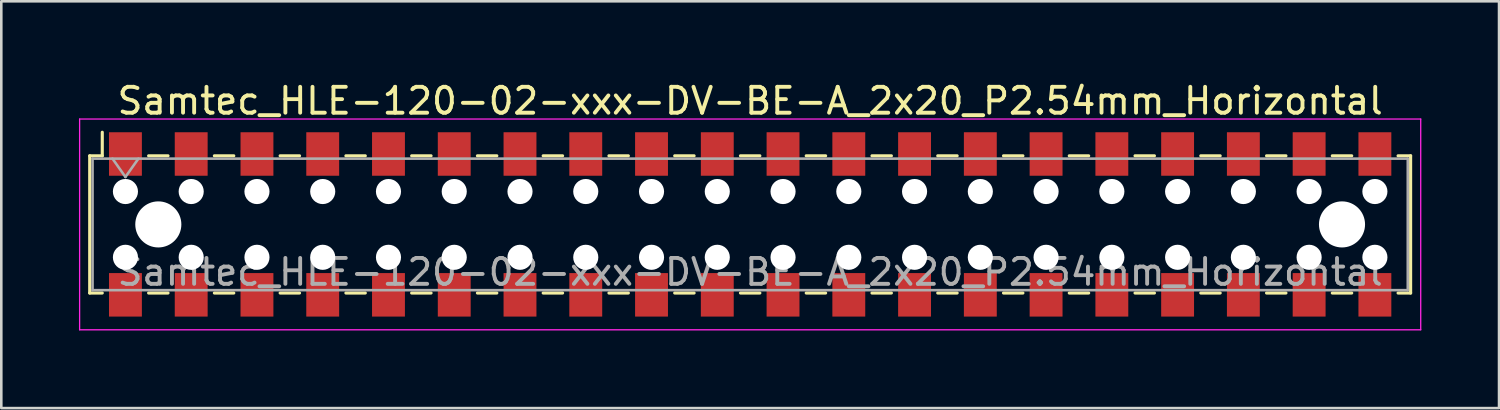
<source format=kicad_pcb>
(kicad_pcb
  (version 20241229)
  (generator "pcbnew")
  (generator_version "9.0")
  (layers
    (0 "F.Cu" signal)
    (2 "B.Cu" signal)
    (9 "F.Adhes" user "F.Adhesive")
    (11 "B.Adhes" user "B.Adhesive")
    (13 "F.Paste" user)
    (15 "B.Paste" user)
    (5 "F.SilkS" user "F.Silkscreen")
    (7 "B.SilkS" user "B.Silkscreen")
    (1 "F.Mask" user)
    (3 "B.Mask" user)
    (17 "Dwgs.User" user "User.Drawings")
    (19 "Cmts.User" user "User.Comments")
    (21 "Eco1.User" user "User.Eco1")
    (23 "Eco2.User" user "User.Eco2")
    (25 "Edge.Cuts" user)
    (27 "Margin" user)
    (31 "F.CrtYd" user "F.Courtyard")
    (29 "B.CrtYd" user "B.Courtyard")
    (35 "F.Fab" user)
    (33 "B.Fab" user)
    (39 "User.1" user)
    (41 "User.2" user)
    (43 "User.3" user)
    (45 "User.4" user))
  (footprint "Samtec_HLE-120-02-xxx-DV-BE-A_2x20_P2.54mm_Horizontal"
    (layer "F.Cu")
    (at 25.925 5.618)
    (property "Reference" "Samtec_HLE-120-02-xxx-DV-BE-A_2x20_P2.54mm_Horizontal" (at 0 -4.77 0) (layer "F.SilkS") (effects (font (size 1 1) (thickness 0.15))))
    (attr smd)
    (fp_line (start -25.51 -2.65) (end -25.51 2.65) (stroke (width 0.12) (type solid)) (layer "F.SilkS"))
    (fp_line (start -25.51 2.65) (end -25.025 2.65) (stroke (width 0.12) (type solid)) (layer "F.SilkS"))
    (fp_line (start -25.025 -3.56) (end -25.025 -2.65) (stroke (width 0.12) (type solid)) (layer "F.SilkS"))
    (fp_line (start -25.025 -2.65) (end -25.51 -2.65) (stroke (width 0.12) (type solid)) (layer "F.SilkS"))
    (fp_line (start -23.235 -2.65) (end -22.485 -2.65) (stroke (width 0.12) (type solid)) (layer "F.SilkS"))
    (fp_line (start -23.235 2.65) (end -22.485 2.65) (stroke (width 0.12) (type solid)) (layer "F.SilkS"))
    (fp_line (start -20.695 -2.65) (end -19.945 -2.65) (stroke (width 0.12) (type solid)) (layer "F.SilkS"))
    (fp_line (start -20.695 2.65) (end -19.945 2.65) (stroke (width 0.12) (type solid)) (layer "F.SilkS"))
    (fp_line (start -18.155 -2.65) (end -17.405 -2.65) (stroke (width 0.12) (type solid)) (layer "F.SilkS"))
    (fp_line (start -18.155 2.65) (end -17.405 2.65) (stroke (width 0.12) (type solid)) (layer "F.SilkS"))
    (fp_line (start -15.615 -2.65) (end -14.865 -2.65) (stroke (width 0.12) (type solid)) (layer "F.SilkS"))
    (fp_line (start -15.615 2.65) (end -14.865 2.65) (stroke (width 0.12) (type solid)) (layer "F.SilkS"))
    (fp_line (start -13.075 -2.65) (end -12.325 -2.65) (stroke (width 0.12) (type solid)) (layer "F.SilkS"))
    (fp_line (start -13.075 2.65) (end -12.325 2.65) (stroke (width 0.12) (type solid)) (layer "F.SilkS"))
    (fp_line (start -10.535 -2.65) (end -9.785 -2.65) (stroke (width 0.12) (type solid)) (layer "F.SilkS"))
    (fp_line (start -10.535 2.65) (end -9.785 2.65) (stroke (width 0.12) (type solid)) (layer "F.SilkS"))
    (fp_line (start -7.995 -2.65) (end -7.245 -2.65) (stroke (width 0.12) (type solid)) (layer "F.SilkS"))
    (fp_line (start -7.995 2.65) (end -7.245 2.65) (stroke (width 0.12) (type solid)) (layer "F.SilkS"))
    (fp_line (start -5.455 -2.65) (end -4.705 -2.65) (stroke (width 0.12) (type solid)) (layer "F.SilkS"))
    (fp_line (start -5.455 2.65) (end -4.705 2.65) (stroke (width 0.12) (type solid)) (layer "F.SilkS"))
    (fp_line (start -2.915 -2.65) (end -2.165 -2.65) (stroke (width 0.12) (type solid)) (layer "F.SilkS"))
    (fp_line (start -2.915 2.65) (end -2.165 2.65) (stroke (width 0.12) (type solid)) (layer "F.SilkS"))
    (fp_line (start -0.375 -2.65) (end 0.375 -2.65) (stroke (width 0.12) (type solid)) (layer "F.SilkS"))
    (fp_line (start -0.375 2.65) (end 0.375 2.65) (stroke (width 0.12) (type solid)) (layer "F.SilkS"))
    (fp_line (start 2.165 -2.65) (end 2.915 -2.65) (stroke (width 0.12) (type solid)) (layer "F.SilkS"))
    (fp_line (start 2.165 2.65) (end 2.915 2.65) (stroke (width 0.12) (type solid)) (layer "F.SilkS"))
    (fp_line (start 4.705 -2.65) (end 5.455 -2.65) (stroke (width 0.12) (type solid)) (layer "F.SilkS"))
    (fp_line (start 4.705 2.65) (end 5.455 2.65) (stroke (width 0.12) (type solid)) (layer "F.SilkS"))
    (fp_line (start 7.245 -2.65) (end 7.995 -2.65) (stroke (width 0.12) (type solid)) (layer "F.SilkS"))
    (fp_line (start 7.245 2.65) (end 7.995 2.65) (stroke (width 0.12) (type solid)) (layer "F.SilkS"))
    (fp_line (start 9.785 -2.65) (end 10.535 -2.65) (stroke (width 0.12) (type solid)) (layer "F.SilkS"))
    (fp_line (start 9.785 2.65) (end 10.535 2.65) (stroke (width 0.12) (type solid)) (layer "F.SilkS"))
    (fp_line (start 12.325 -2.65) (end 13.075 -2.65) (stroke (width 0.12) (type solid)) (layer "F.SilkS"))
    (fp_line (start 12.325 2.65) (end 13.075 2.65) (stroke (width 0.12) (type solid)) (layer "F.SilkS"))
    (fp_line (start 14.865 -2.65) (end 15.615 -2.65) (stroke (width 0.12) (type solid)) (layer "F.SilkS"))
    (fp_line (start 14.865 2.65) (end 15.615 2.65) (stroke (width 0.12) (type solid)) (layer "F.SilkS"))
    (fp_line (start 17.405 -2.65) (end 18.155 -2.65) (stroke (width 0.12) (type solid)) (layer "F.SilkS"))
    (fp_line (start 17.405 2.65) (end 18.155 2.65) (stroke (width 0.12) (type solid)) (layer "F.SilkS"))
    (fp_line (start 19.945 -2.65) (end 20.695 -2.65) (stroke (width 0.12) (type solid)) (layer "F.SilkS"))
    (fp_line (start 19.945 2.65) (end 20.695 2.65) (stroke (width 0.12) (type solid)) (layer "F.SilkS"))
    (fp_line (start 22.485 -2.65) (end 23.235 -2.65) (stroke (width 0.12) (type solid)) (layer "F.SilkS"))
    (fp_line (start 22.485 2.65) (end 23.235 2.65) (stroke (width 0.12) (type solid)) (layer "F.SilkS"))
    (fp_line (start 25.025 -2.65) (end 25.51 -2.65) (stroke (width 0.12) (type solid)) (layer "F.SilkS"))
    (fp_line (start 25.51 -2.65) (end 25.51 2.65) (stroke (width 0.12) (type solid)) (layer "F.SilkS"))
    (fp_line (start 25.51 2.65) (end 25.025 2.65) (stroke (width 0.12) (type solid)) (layer "F.SilkS"))
    (fp_line (start -25.9 -4.07) (end 25.9 -4.07) (stroke (width 0.05) (type solid)) (layer "F.CrtYd"))
    (fp_line (start -25.9 4.07) (end -25.9 -4.07) (stroke (width 0.05) (type solid)) (layer "F.CrtYd"))
    (fp_line (start 25.9 -4.07) (end 25.9 4.07) (stroke (width 0.05) (type solid)) (layer "F.CrtYd"))
    (fp_line (start 25.9 4.07) (end -25.9 4.07) (stroke (width 0.05) (type solid)) (layer "F.CrtYd"))
    (fp_line (start -25.4 -2.54) (end 25.4 -2.54) (stroke (width 0.1) (type solid)) (layer "F.Fab"))
    (fp_line (start -25.4 2.54) (end -25.4 -2.54) (stroke (width 0.1) (type solid)) (layer "F.Fab"))
    (fp_line (start -24.63 -2.54) (end -24.13 -1.833) (stroke (width 0.1) (type solid)) (layer "F.Fab"))
    (fp_line (start -24.13 -1.833) (end -23.63 -2.54) (stroke (width 0.1) (type solid)) (layer "F.Fab"))
    (fp_line (start 25.4 -2.54) (end 25.4 2.54) (stroke (width 0.1) (type solid)) (layer "F.Fab"))
    (fp_line (start 25.4 2.54) (end -25.4 2.54) (stroke (width 0.1) (type solid)) (layer "F.Fab"))
    (fp_text user "${REFERENCE}" (at 0 1.84 0) (layer "F.Fab") (effects (font (size 1 1) (thickness 0.15))))
    (pad "" np_thru_hole circle (at -24.13 -1.27) (size 0.97 0.97) (drill 0.97) (layers "*.Cu" "*.Mask"))
    (pad "" np_thru_hole circle (at -24.13 1.27) (size 0.97 0.97) (drill 0.97) (layers "*.Cu" "*.Mask"))
    (pad "" np_thru_hole circle (at -22.86 0) (size 1.78 1.78) (drill 1.78) (layers "*.Cu" "*.Mask"))
    (pad "" np_thru_hole circle (at -21.59 -1.27) (size 0.97 0.97) (drill 0.97) (layers "*.Cu" "*.Mask"))
    (pad "" np_thru_hole circle (at -21.59 1.27) (size 0.97 0.97) (drill 0.97) (layers "*.Cu" "*.Mask"))
    (pad "" np_thru_hole circle (at -19.05 -1.27) (size 0.97 0.97) (drill 0.97) (layers "*.Cu" "*.Mask"))
    (pad "" np_thru_hole circle (at -19.05 1.27) (size 0.97 0.97) (drill 0.97) (layers "*.Cu" "*.Mask"))
    (pad "" np_thru_hole circle (at -16.51 -1.27) (size 0.97 0.97) (drill 0.97) (layers "*.Cu" "*.Mask"))
    (pad "" np_thru_hole circle (at -16.51 1.27) (size 0.97 0.97) (drill 0.97) (layers "*.Cu" "*.Mask"))
    (pad "" np_thru_hole circle (at -13.97 -1.27) (size 0.97 0.97) (drill 0.97) (layers "*.Cu" "*.Mask"))
    (pad "" np_thru_hole circle (at -13.97 1.27) (size 0.97 0.97) (drill 0.97) (layers "*.Cu" "*.Mask"))
    (pad "" np_thru_hole circle (at -11.43 -1.27) (size 0.97 0.97) (drill 0.97) (layers "*.Cu" "*.Mask"))
    (pad "" np_thru_hole circle (at -11.43 1.27) (size 0.97 0.97) (drill 0.97) (layers "*.Cu" "*.Mask"))
    (pad "" np_thru_hole circle (at -8.89 -1.27) (size 0.97 0.97) (drill 0.97) (layers "*.Cu" "*.Mask"))
    (pad "" np_thru_hole circle (at -8.89 1.27) (size 0.97 0.97) (drill 0.97) (layers "*.Cu" "*.Mask"))
    (pad "" np_thru_hole circle (at -6.35 -1.27) (size 0.97 0.97) (drill 0.97) (layers "*.Cu" "*.Mask"))
    (pad "" np_thru_hole circle (at -6.35 1.27) (size 0.97 0.97) (drill 0.97) (layers "*.Cu" "*.Mask"))
    (pad "" np_thru_hole circle (at -3.81 -1.27) (size 0.97 0.97) (drill 0.97) (layers "*.Cu" "*.Mask"))
    (pad "" np_thru_hole circle (at -3.81 1.27) (size 0.97 0.97) (drill 0.97) (layers "*.Cu" "*.Mask"))
    (pad "" np_thru_hole circle (at -1.27 -1.27) (size 0.97 0.97) (drill 0.97) (layers "*.Cu" "*.Mask"))
    (pad "" np_thru_hole circle (at -1.27 1.27) (size 0.97 0.97) (drill 0.97) (layers "*.Cu" "*.Mask"))
    (pad "" np_thru_hole circle (at 1.27 -1.27) (size 0.97 0.97) (drill 0.97) (layers "*.Cu" "*.Mask"))
    (pad "" np_thru_hole circle (at 1.27 1.27) (size 0.97 0.97) (drill 0.97) (layers "*.Cu" "*.Mask"))
    (pad "" np_thru_hole circle (at 3.81 -1.27) (size 0.97 0.97) (drill 0.97) (layers "*.Cu" "*.Mask"))
    (pad "" np_thru_hole circle (at 3.81 1.27) (size 0.97 0.97) (drill 0.97) (layers "*.Cu" "*.Mask"))
    (pad "" np_thru_hole circle (at 6.35 -1.27) (size 0.97 0.97) (drill 0.97) (layers "*.Cu" "*.Mask"))
    (pad "" np_thru_hole circle (at 6.35 1.27) (size 0.97 0.97) (drill 0.97) (layers "*.Cu" "*.Mask"))
    (pad "" np_thru_hole circle (at 8.89 -1.27) (size 0.97 0.97) (drill 0.97) (layers "*.Cu" "*.Mask"))
    (pad "" np_thru_hole circle (at 8.89 1.27) (size 0.97 0.97) (drill 0.97) (layers "*.Cu" "*.Mask"))
    (pad "" np_thru_hole circle (at 11.43 -1.27) (size 0.97 0.97) (drill 0.97) (layers "*.Cu" "*.Mask"))
    (pad "" np_thru_hole circle (at 11.43 1.27) (size 0.97 0.97) (drill 0.97) (layers "*.Cu" "*.Mask"))
    (pad "" np_thru_hole circle (at 13.97 -1.27) (size 0.97 0.97) (drill 0.97) (layers "*.Cu" "*.Mask"))
    (pad "" np_thru_hole circle (at 13.97 1.27) (size 0.97 0.97) (drill 0.97) (layers "*.Cu" "*.Mask"))
    (pad "" np_thru_hole circle (at 16.51 -1.27) (size 0.97 0.97) (drill 0.97) (layers "*.Cu" "*.Mask"))
    (pad "" np_thru_hole circle (at 16.51 1.27) (size 0.97 0.97) (drill 0.97) (layers "*.Cu" "*.Mask"))
    (pad "" np_thru_hole circle (at 19.05 -1.27) (size 0.97 0.97) (drill 0.97) (layers "*.Cu" "*.Mask"))
    (pad "" np_thru_hole circle (at 19.05 1.27) (size 0.97 0.97) (drill 0.97) (layers "*.Cu" "*.Mask"))
    (pad "" np_thru_hole circle (at 21.59 -1.27) (size 0.97 0.97) (drill 0.97) (layers "*.Cu" "*.Mask"))
    (pad "" np_thru_hole circle (at 21.59 1.27) (size 0.97 0.97) (drill 0.97) (layers "*.Cu" "*.Mask"))
    (pad "" np_thru_hole circle (at 22.86 0) (size 1.78 1.78) (drill 1.78) (layers "*.Cu" "*.Mask"))
    (pad "" np_thru_hole circle (at 24.13 -1.27) (size 0.97 0.97) (drill 0.97) (layers "*.Cu" "*.Mask"))
    (pad "" np_thru_hole circle (at 24.13 1.27) (size 0.97 0.97) (drill 0.97) (layers "*.Cu" "*.Mask"))
    (pad "1" smd rect (at -24.13 -2.72) (size 1.27 1.68) (layers "F.Cu" "F.Mask" "F.Paste"))
    (pad "2" smd rect (at -24.13 2.72) (size 1.27 1.68) (layers "F.Cu" "F.Mask" "F.Paste"))
    (pad "3" smd rect (at -21.59 -2.72) (size 1.27 1.68) (layers "F.Cu" "F.Mask" "F.Paste"))
    (pad "4" smd rect (at -21.59 2.72) (size 1.27 1.68) (layers "F.Cu" "F.Mask" "F.Paste"))
    (pad "5" smd rect (at -19.05 -2.72) (size 1.27 1.68) (layers "F.Cu" "F.Mask" "F.Paste"))
    (pad "6" smd rect (at -19.05 2.72) (size 1.27 1.68) (layers "F.Cu" "F.Mask" "F.Paste"))
    (pad "7" smd rect (at -16.51 -2.72) (size 1.27 1.68) (layers "F.Cu" "F.Mask" "F.Paste"))
    (pad "8" smd rect (at -16.51 2.72) (size 1.27 1.68) (layers "F.Cu" "F.Mask" "F.Paste"))
    (pad "9" smd rect (at -13.97 -2.72) (size 1.27 1.68) (layers "F.Cu" "F.Mask" "F.Paste"))
    (pad "10" smd rect (at -13.97 2.72) (size 1.27 1.68) (layers "F.Cu" "F.Mask" "F.Paste"))
    (pad "11" smd rect (at -11.43 -2.72) (size 1.27 1.68) (layers "F.Cu" "F.Mask" "F.Paste"))
    (pad "12" smd rect (at -11.43 2.72) (size 1.27 1.68) (layers "F.Cu" "F.Mask" "F.Paste"))
    (pad "13" smd rect (at -8.89 -2.72) (size 1.27 1.68) (layers "F.Cu" "F.Mask" "F.Paste"))
    (pad "14" smd rect (at -8.89 2.72) (size 1.27 1.68) (layers "F.Cu" "F.Mask" "F.Paste"))
    (pad "15" smd rect (at -6.35 -2.72) (size 1.27 1.68) (layers "F.Cu" "F.Mask" "F.Paste"))
    (pad "16" smd rect (at -6.35 2.72) (size 1.27 1.68) (layers "F.Cu" "F.Mask" "F.Paste"))
    (pad "17" smd rect (at -3.81 -2.72) (size 1.27 1.68) (layers "F.Cu" "F.Mask" "F.Paste"))
    (pad "18" smd rect (at -3.81 2.72) (size 1.27 1.68) (layers "F.Cu" "F.Mask" "F.Paste"))
    (pad "19" smd rect (at -1.27 -2.72) (size 1.27 1.68) (layers "F.Cu" "F.Mask" "F.Paste"))
    (pad "20" smd rect (at -1.27 2.72) (size 1.27 1.68) (layers "F.Cu" "F.Mask" "F.Paste"))
    (pad "21" smd rect (at 1.27 -2.72) (size 1.27 1.68) (layers "F.Cu" "F.Mask" "F.Paste"))
    (pad "22" smd rect (at 1.27 2.72) (size 1.27 1.68) (layers "F.Cu" "F.Mask" "F.Paste"))
    (pad "23" smd rect (at 3.81 -2.72) (size 1.27 1.68) (layers "F.Cu" "F.Mask" "F.Paste"))
    (pad "24" smd rect (at 3.81 2.72) (size 1.27 1.68) (layers "F.Cu" "F.Mask" "F.Paste"))
    (pad "25" smd rect (at 6.35 -2.72) (size 1.27 1.68) (layers "F.Cu" "F.Mask" "F.Paste"))
    (pad "26" smd rect (at 6.35 2.72) (size 1.27 1.68) (layers "F.Cu" "F.Mask" "F.Paste"))
    (pad "27" smd rect (at 8.89 -2.72) (size 1.27 1.68) (layers "F.Cu" "F.Mask" "F.Paste"))
    (pad "28" smd rect (at 8.89 2.72) (size 1.27 1.68) (layers "F.Cu" "F.Mask" "F.Paste"))
    (pad "29" smd rect (at 11.43 -2.72) (size 1.27 1.68) (layers "F.Cu" "F.Mask" "F.Paste"))
    (pad "30" smd rect (at 11.43 2.72) (size 1.27 1.68) (layers "F.Cu" "F.Mask" "F.Paste"))
    (pad "31" smd rect (at 13.97 -2.72) (size 1.27 1.68) (layers "F.Cu" "F.Mask" "F.Paste"))
    (pad "32" smd rect (at 13.97 2.72) (size 1.27 1.68) (layers "F.Cu" "F.Mask" "F.Paste"))
    (pad "33" smd rect (at 16.51 -2.72) (size 1.27 1.68) (layers "F.Cu" "F.Mask" "F.Paste"))
    (pad "34" smd rect (at 16.51 2.72) (size 1.27 1.68) (layers "F.Cu" "F.Mask" "F.Paste"))
    (pad "35" smd rect (at 19.05 -2.72) (size 1.27 1.68) (layers "F.Cu" "F.Mask" "F.Paste"))
    (pad "36" smd rect (at 19.05 2.72) (size 1.27 1.68) (layers "F.Cu" "F.Mask" "F.Paste"))
    (pad "37" smd rect (at 21.59 -2.72) (size 1.27 1.68) (layers "F.Cu" "F.Mask" "F.Paste"))
    (pad "38" smd rect (at 21.59 2.72) (size 1.27 1.68) (layers "F.Cu" "F.Mask" "F.Paste"))
    (pad "39" smd rect (at 24.13 -2.72) (size 1.27 1.68) (layers "F.Cu" "F.Mask" "F.Paste"))
    (pad "40" smd rect (at 24.13 2.72) (size 1.27 1.68) (layers "F.Cu" "F.Mask" "F.Paste")))
  (gr_rect
    (start -3 -3)
    (end 54.85 12.713)
    (stroke (width 0.1) (type default))
    (fill no)
    (layer "Edge.Cuts")))
</source>
